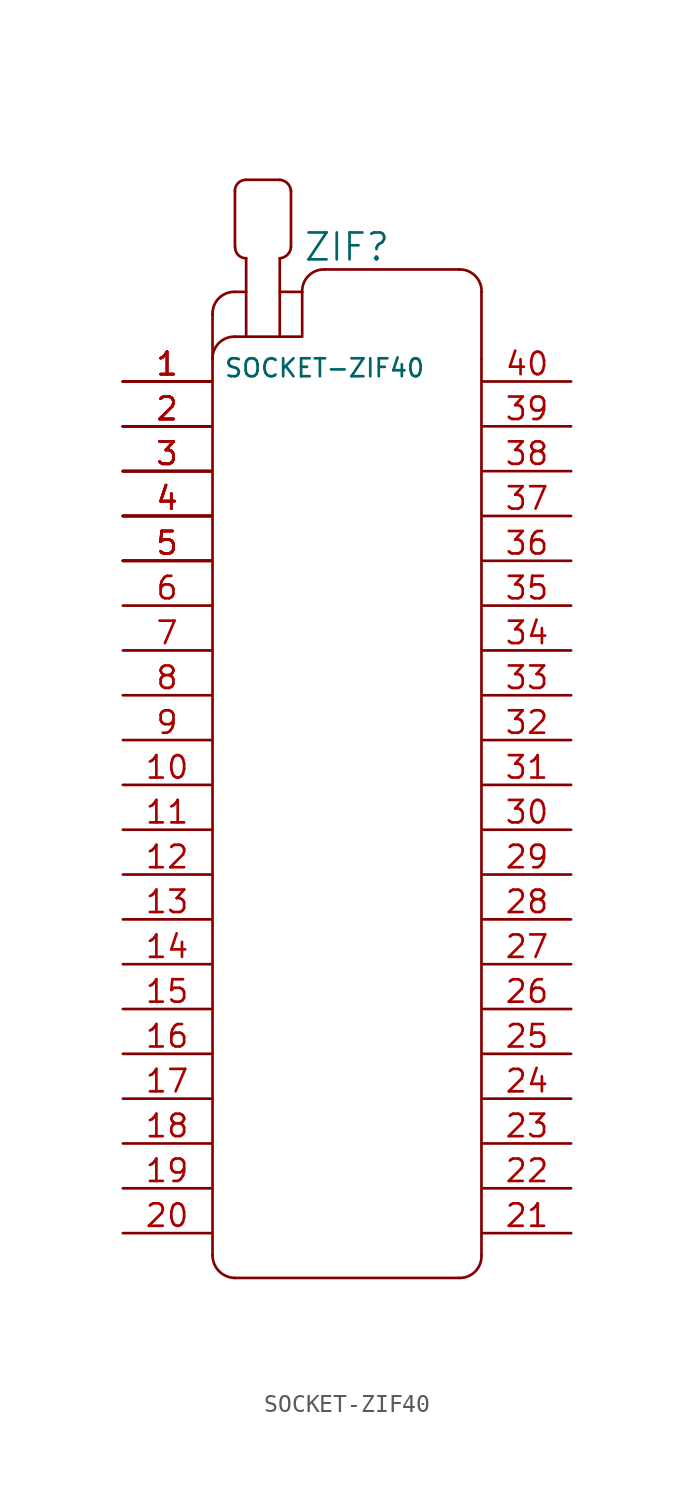
<source format=kicad_sym>
(kicad_symbol_lib
  (version 20211014)
  (generator kicad_symbol_editor)
  (symbol "SOCKET-ZIF40"
    (pin_names
      (offset 1.016))
    (property "Reference" "ZIF"
      (at 0 30.48 0)
      (effects (font (size 1.524 1.524))))
    (property "Value" "SOCKET-ZIF40"
      (at -1.27 23.622 0)
      (effects (font (size 1.016 1.016))))
    (property "Footprint" ""
      (at -1.27 11.43 0)
      (effects (font (size 1.524 1.524))))
    (property "Datasheet" ""
      (at -1.27 11.43 0)
      (effects (font (size 1.524 1.524))))
    (symbol "SOCKET-ZIF40_0_1"
      (arc (start -7.62 -26.67) (mid -7.2427 -27.5627) (end -6.35 -27.94) (stroke (width 0) (type default) (color 0 0 0 0)) (fill (type none)))
      (arc (start -6.35 25.4) (mid -7.2609 25.0409) (end -7.62 24.13) (stroke (width 0) (type default) (color 0 0 0 0)) (fill (type none)))
      (arc (start -6.35 27.94) (mid -7.2609 27.5809) (end -7.62 26.67) (stroke (width 0) (type default) (color 0 0 0 0)) (fill (type none)))
      (arc (start -6.35 30.48) (mid -6.1692 30.0258) (end -5.715 29.845) (stroke (width 0) (type default) (color 0 0 0 0)) (fill (type none)))
      (arc (start -5.715 34.29) (mid -6.1692 34.1092) (end -6.35 33.655) (stroke (width 0) (type default) (color 0 0 0 0)) (fill (type none)))
      (arc (start -3.81 29.845) (mid -3.3734 30.0434) (end -3.175 30.48) (stroke (width 0) (type default) (color 0 0 0 0)) (fill (type none)))
      (arc (start -3.175 33.655) (mid -3.3734 34.0916) (end -3.81 34.29) (stroke (width 0) (type default) (color 0 0 0 0)) (fill (type none)))
      (arc (start -1.27 29.21) (mid -2.1809 28.8509) (end -2.54 27.94) (stroke (width 0) (type default) (color 0 0 0 0)) (fill (type none)))
      (polyline (pts (xy -7.62 24.13) (xy -7.62 -26.67)) (stroke (width 0) (type default) (color 0 0 0 0)) (fill (type none)))
      (polyline (pts (xy -7.62 24.13) (xy -7.62 26.67)) (stroke (width 0) (type default) (color 0 0 0 0)) (fill (type none)))
      (polyline (pts (xy -6.35 -27.94) (xy 6.35 -27.94)) (stroke (width 0) (type default) (color 0 0 0 0)) (fill (type none)))
      (polyline (pts (xy -6.35 27.94) (xy -5.715 27.94)) (stroke (width 0) (type default) (color 0 0 0 0)) (fill (type none)))
      (polyline (pts (xy -6.35 30.48) (xy -6.35 33.655)) (stroke (width 0) (type default) (color 0 0 0 0)) (fill (type none)))
      (polyline (pts (xy -5.715 25.4) (xy -5.715 29.845)) (stroke (width 0) (type default) (color 0 0 0 0)) (fill (type none)))
      (polyline (pts (xy -5.715 34.29) (xy -3.81 34.29)) (stroke (width 0) (type default) (color 0 0 0 0)) (fill (type none)))
      (polyline (pts (xy -3.81 25.4) (xy -3.81 29.845)) (stroke (width 0) (type default) (color 0 0 0 0)) (fill (type none)))
      (polyline (pts (xy -3.81 27.94) (xy -2.54 27.94)) (stroke (width 0) (type default) (color 0 0 0 0)) (fill (type none)))
      (polyline (pts (xy -3.175 30.48) (xy -3.175 33.655)) (stroke (width 0) (type default) (color 0 0 0 0)) (fill (type none)))
      (polyline (pts (xy -1.27 29.21) (xy 6.35 29.21)) (stroke (width 0) (type default) (color 0 0 0 0)) (fill (type none)))
      (polyline (pts (xy 7.62 -26.67) (xy 7.62 24.13)) (stroke (width 0) (type default) (color 0 0 0 0)) (fill (type none)))
      (polyline (pts (xy 7.62 24.13) (xy 7.62 27.94)) (stroke (width 0) (type default) (color 0 0 0 0)) (fill (type none)))
      (polyline (pts (xy -6.35 25.4) (xy -2.54 25.4) (xy -2.54 27.94)) (stroke (width 0) (type default) (color 0 0 0 0)) (fill (type none)))
      (arc (start 6.35 -27.94) (mid 7.2609 -27.5809) (end 7.62 -26.67) (stroke (width 0) (type default) (color 0 0 0 0)) (fill (type none)))
      (arc (start 7.62 27.94) (mid 7.2609 28.8509) (end 6.35 29.21) (stroke (width 0) (type default) (color 0 0 0 0)) (fill (type none))))
    (symbol "SOCKET-ZIF40_1_1"
      (pin bidirectional line (at -12.7 22.86 0) (length 5.004) (name "~" (effects (font (size 1.27 1.27)))) (number "1" (effects (font (size 1.27 1.27)))))
      (pin bidirectional line (at -12.7 22.86 0) (length 5.004) (name "~" (effects (font (size 1.27 1.27)))) (number "1" (effects (font (size 1.27 1.27)))))
      (pin bidirectional line (at -12.7 22.86 0) (length 5.004) (name "~" (effects (font (size 1.27 1.27)))) (number "1" (effects (font (size 1.27 1.27)))))
      (pin bidirectional line (at -12.7 22.86 0) (length 5.004) (name "~" (effects (font (size 1.27 1.27)))) (number "1" (effects (font (size 1.27 1.27)))))
      (pin bidirectional line (at -12.7 0 0) (length 5.004) (name "~" (effects (font (size 1.27 1.27)))) (number "10" (effects (font (size 1.27 1.27)))))
      (pin bidirectional line (at -12.7 -2.54 0) (length 5.004) (name "~" (effects (font (size 1.27 1.27)))) (number "11" (effects (font (size 1.27 1.27)))))
      (pin bidirectional line (at -12.7 -5.08 0) (length 5.004) (name "~" (effects (font (size 1.27 1.27)))) (number "12" (effects (font (size 1.27 1.27)))))
      (pin bidirectional line (at -12.7 -7.62 0) (length 5.004) (name "~" (effects (font (size 1.27 1.27)))) (number "13" (effects (font (size 1.27 1.27)))))
      (pin bidirectional line (at -12.7 -10.16 0) (length 5.004) (name "~" (effects (font (size 1.27 1.27)))) (number "14" (effects (font (size 1.27 1.27)))))
      (pin bidirectional line (at -12.7 -12.7 0) (length 5.004) (name "~" (effects (font (size 1.27 1.27)))) (number "15" (effects (font (size 1.27 1.27)))))
      (pin bidirectional line (at -12.7 -15.24 0) (length 5.004) (name "~" (effects (font (size 1.27 1.27)))) (number "16" (effects (font (size 1.27 1.27)))))
      (pin bidirectional line (at -12.7 -17.78 0) (length 5.004) (name "~" (effects (font (size 1.27 1.27)))) (number "17" (effects (font (size 1.27 1.27)))))
      (pin bidirectional line (at -12.7 -20.32 0) (length 5.004) (name "~" (effects (font (size 1.27 1.27)))) (number "18" (effects (font (size 1.27 1.27)))))
      (pin bidirectional line (at -12.7 -22.86 0) (length 5.004) (name "~" (effects (font (size 1.27 1.27)))) (number "19" (effects (font (size 1.27 1.27)))))
      (pin bidirectional line (at -12.7 20.32 0) (length 5.004) (name "~" (effects (font (size 1.27 1.27)))) (number "2" (effects (font (size 1.27 1.27)))))
      (pin bidirectional line (at -12.7 20.32 0) (length 5.004) (name "~" (effects (font (size 1.27 1.27)))) (number "2" (effects (font (size 1.27 1.27)))))
      (pin bidirectional line (at -12.7 20.32 0) (length 5.004) (name "~" (effects (font (size 1.27 1.27)))) (number "2" (effects (font (size 1.27 1.27)))))
      (pin bidirectional line (at -12.7 20.32 0) (length 5.004) (name "~" (effects (font (size 1.27 1.27)))) (number "2" (effects (font (size 1.27 1.27)))))
      (pin bidirectional line (at -12.7 -25.4 0) (length 5.004) (name "~" (effects (font (size 1.27 1.27)))) (number "20" (effects (font (size 1.27 1.27)))))
      (pin bidirectional line (at 12.7 -25.4 180) (length 5.004) (name "~" (effects (font (size 1.27 1.27)))) (number "21" (effects (font (size 1.27 1.27)))))
      (pin bidirectional line (at 12.7 -22.86 180) (length 5.004) (name "~" (effects (font (size 1.27 1.27)))) (number "22" (effects (font (size 1.27 1.27)))))
      (pin bidirectional line (at 12.7 -20.32 180) (length 5.004) (name "~" (effects (font (size 1.27 1.27)))) (number "23" (effects (font (size 1.27 1.27)))))
      (pin bidirectional line (at 12.7 -17.78 180) (length 5.004) (name "~" (effects (font (size 1.27 1.27)))) (number "24" (effects (font (size 1.27 1.27)))))
      (pin bidirectional line (at 12.7 -15.24 180) (length 5.004) (name "~" (effects (font (size 1.27 1.27)))) (number "25" (effects (font (size 1.27 1.27)))))
      (pin bidirectional line (at 12.7 -12.7 180) (length 5.004) (name "~" (effects (font (size 1.27 1.27)))) (number "26" (effects (font (size 1.27 1.27)))))
      (pin bidirectional line (at 12.7 -10.16 180) (length 5.004) (name "~" (effects (font (size 1.27 1.27)))) (number "27" (effects (font (size 1.27 1.27)))))
      (pin bidirectional line (at 12.7 -7.62 180) (length 5.004) (name "~" (effects (font (size 1.27 1.27)))) (number "28" (effects (font (size 1.27 1.27)))))
      (pin bidirectional line (at 12.7 -5.08 180) (length 5.004) (name "~" (effects (font (size 1.27 1.27)))) (number "29" (effects (font (size 1.27 1.27)))))
      (pin bidirectional line (at -12.7 17.78 0) (length 5.004) (name "~" (effects (font (size 1.27 1.27)))) (number "3" (effects (font (size 1.27 1.27)))))
      (pin bidirectional line (at -12.7 17.78 0) (length 5.004) (name "~" (effects (font (size 1.27 1.27)))) (number "3" (effects (font (size 1.27 1.27)))))
      (pin bidirectional line (at -12.7 17.78 0) (length 5.004) (name "~" (effects (font (size 1.27 1.27)))) (number "3" (effects (font (size 1.27 1.27)))))
      (pin bidirectional line (at -12.7 17.78 0) (length 5.004) (name "~" (effects (font (size 1.27 1.27)))) (number "3" (effects (font (size 1.27 1.27)))))
      (pin bidirectional line (at 12.7 -2.54 180) (length 5.004) (name "~" (effects (font (size 1.27 1.27)))) (number "30" (effects (font (size 1.27 1.27)))))
      (pin bidirectional line (at 12.7 0 180) (length 5.004) (name "~" (effects (font (size 1.27 1.27)))) (number "31" (effects (font (size 1.27 1.27)))))
      (pin bidirectional line (at 12.7 2.54 180) (length 5.004) (name "~" (effects (font (size 1.27 1.27)))) (number "32" (effects (font (size 1.27 1.27)))))
      (pin bidirectional line (at 12.7 5.08 180) (length 5.004) (name "~" (effects (font (size 1.27 1.27)))) (number "33" (effects (font (size 1.27 1.27)))))
      (pin bidirectional line (at 12.7 7.62 180) (length 5.004) (name "~" (effects (font (size 1.27 1.27)))) (number "34" (effects (font (size 1.27 1.27)))))
      (pin bidirectional line (at 12.7 10.16 180) (length 5.004) (name "~" (effects (font (size 1.27 1.27)))) (number "35" (effects (font (size 1.27 1.27)))))
      (pin bidirectional line (at 12.7 12.7 180) (length 5.004) (name "~" (effects (font (size 1.27 1.27)))) (number "36" (effects (font (size 1.27 1.27)))))
      (pin bidirectional line (at 12.7 15.24 180) (length 5.004) (name "~" (effects (font (size 1.27 1.27)))) (number "37" (effects (font (size 1.27 1.27)))))
      (pin bidirectional line (at 12.7 17.78 180) (length 5.004) (name "~" (effects (font (size 1.27 1.27)))) (number "38" (effects (font (size 1.27 1.27)))))
      (pin bidirectional line (at 12.7 20.32 180) (length 5.004) (name "~" (effects (font (size 1.27 1.27)))) (number "39" (effects (font (size 1.27 1.27)))))
      (pin bidirectional line (at -12.7 15.24 0) (length 5.004) (name "~" (effects (font (size 1.27 1.27)))) (number "4" (effects (font (size 1.27 1.27)))))
      (pin bidirectional line (at -12.7 15.24 0) (length 5.004) (name "~" (effects (font (size 1.27 1.27)))) (number "4" (effects (font (size 1.27 1.27)))))
      (pin bidirectional line (at -12.7 15.24 0) (length 5.004) (name "~" (effects (font (size 1.27 1.27)))) (number "4" (effects (font (size 1.27 1.27)))))
      (pin bidirectional line (at -12.7 15.24 0) (length 5.004) (name "~" (effects (font (size 1.27 1.27)))) (number "4" (effects (font (size 1.27 1.27)))))
      (pin bidirectional line (at 12.7 22.86 180) (length 5.004) (name "~" (effects (font (size 1.27 1.27)))) (number "40" (effects (font (size 1.27 1.27)))))
      (pin bidirectional line (at -12.7 12.7 0) (length 5.004) (name "~" (effects (font (size 1.27 1.27)))) (number "5" (effects (font (size 1.27 1.27)))))
      (pin bidirectional line (at -12.7 12.7 0) (length 5.004) (name "~" (effects (font (size 1.27 1.27)))) (number "5" (effects (font (size 1.27 1.27)))))
      (pin bidirectional line (at -12.7 12.7 0) (length 5.004) (name "~" (effects (font (size 1.27 1.27)))) (number "5" (effects (font (size 1.27 1.27)))))
      (pin bidirectional line (at -12.7 12.7 0) (length 5.004) (name "~" (effects (font (size 1.27 1.27)))) (number "5" (effects (font (size 1.27 1.27)))))
      (pin bidirectional line (at -12.7 10.16 0) (length 5.004) (name "~" (effects (font (size 1.27 1.27)))) (number "6" (effects (font (size 1.27 1.27)))))
      (pin bidirectional line (at -12.7 7.62 0) (length 5.004) (name "~" (effects (font (size 1.27 1.27)))) (number "7" (effects (font (size 1.27 1.27)))))
      (pin bidirectional line (at -12.7 5.08 0) (length 5.004) (name "~" (effects (font (size 1.27 1.27)))) (number "8" (effects (font (size 1.27 1.27)))))
      (pin bidirectional line (at -12.7 2.54 0) (length 5.004) (name "~" (effects (font (size 1.27 1.27)))) (number "9" (effects (font (size 1.27 1.27))))))))
</source>
